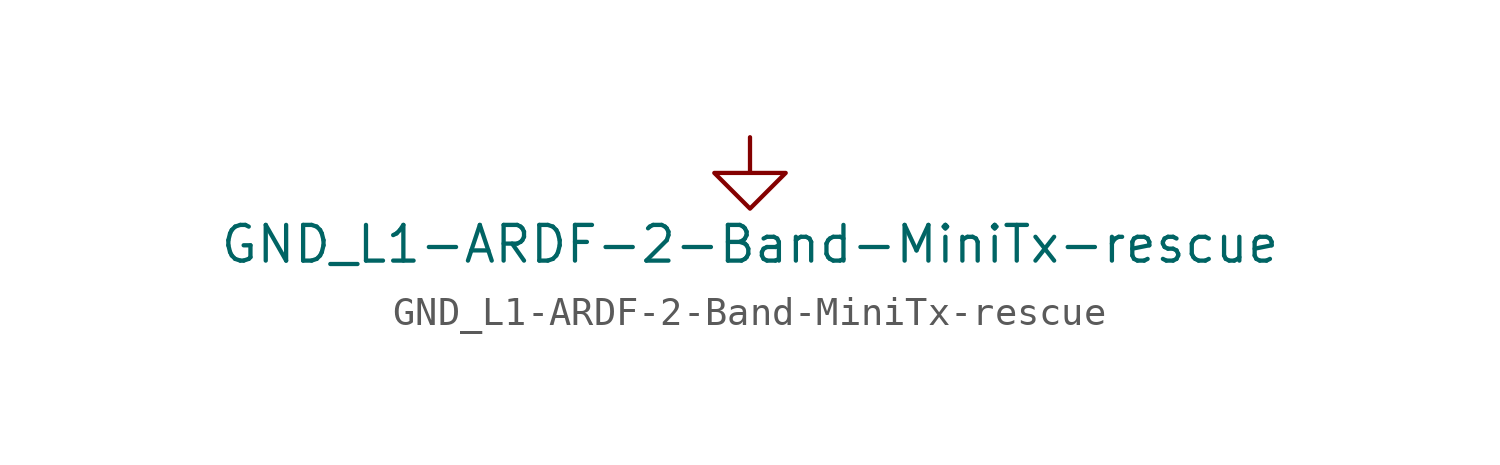
<source format=kicad_sym>
(kicad_symbol_lib
  (version 20211014)
  (generator kicad_symbol_editor)
  (symbol "GND_L1-ARDF-2-Band-MiniTx-rescue"
    (power)
    (pin_names
      (offset 0))
    (property "Reference" "#PWR"
      (at 0 -6.35 0)
      (effects (font (size 1.27 1.27)) hide))
    (property "Value" "GND_L1-ARDF-2-Band-MiniTx-rescue"
      (at 0 -3.81 0)
      (effects (font (size 1.27 1.27))))
    (property "Footprint" ""
      (at 0 0 0)
      (effects (font (size 1.27 1.27))))
    (property "Datasheet" ""
      (at 0 0 0)
      (effects (font (size 1.27 1.27))))
    (symbol "GND_L1-ARDF-2-Band-MiniTx-rescue_0_1"
      (polyline (pts (xy 0 0) (xy 0 -1.27) (xy 1.27 -1.27) (xy 0 -2.54) (xy -1.27 -1.27) (xy 0 -1.27)) (stroke (width 0) (type default) (color 0 0 0 0)) (fill (type none))))
    (symbol "GND_L1-ARDF-2-Band-MiniTx-rescue_1_1"
      (pin power_in line (at 0 0 270) (length 0) hide (name "GND_L1" (effects (font (size 1.27 1.27)))) (number "1" (effects (font (size 1.27 1.27))))))))
</source>
